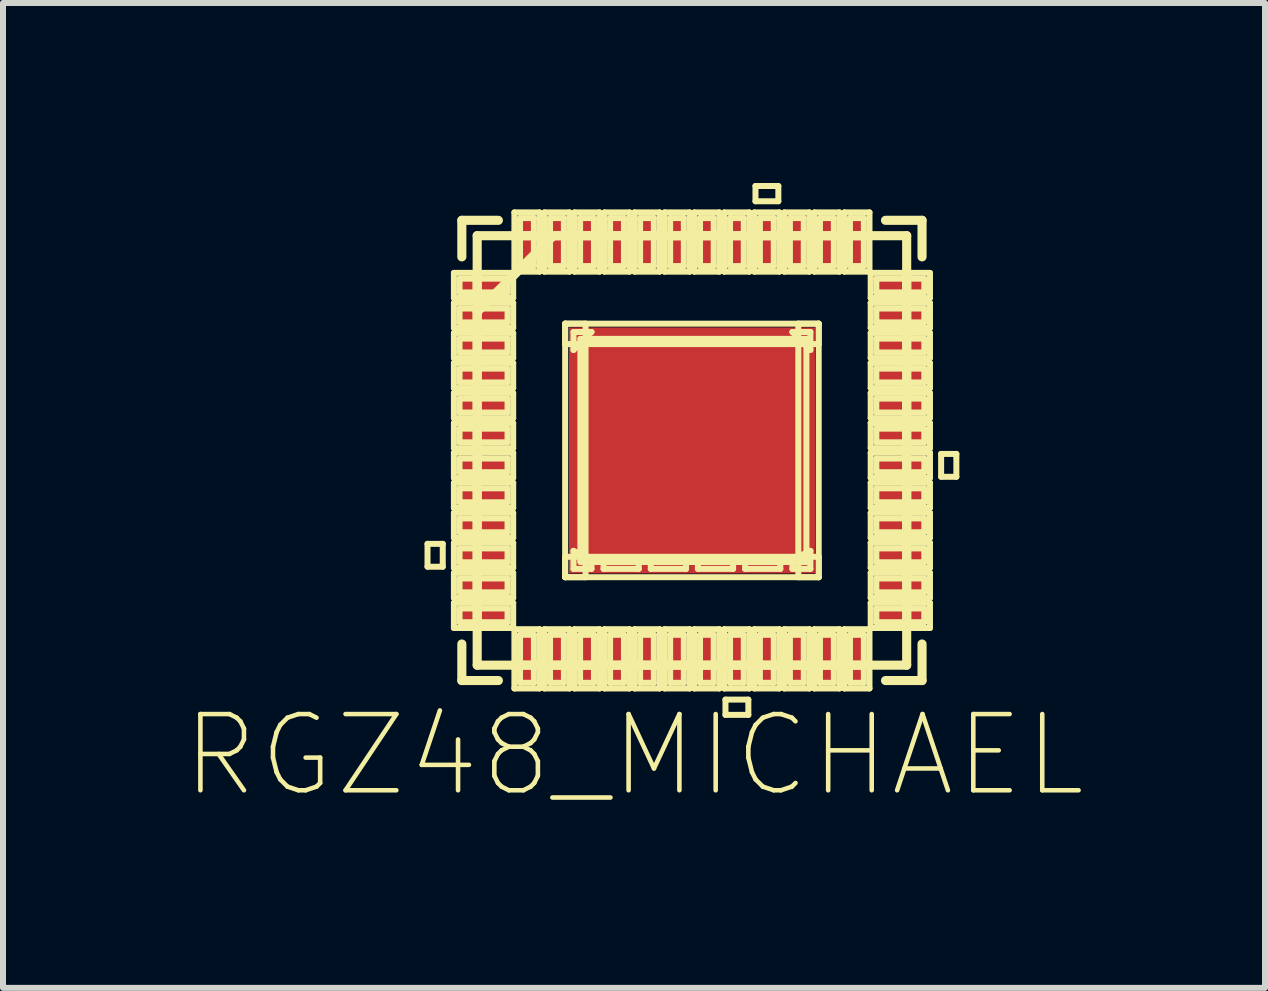
<source format=kicad_pcb>
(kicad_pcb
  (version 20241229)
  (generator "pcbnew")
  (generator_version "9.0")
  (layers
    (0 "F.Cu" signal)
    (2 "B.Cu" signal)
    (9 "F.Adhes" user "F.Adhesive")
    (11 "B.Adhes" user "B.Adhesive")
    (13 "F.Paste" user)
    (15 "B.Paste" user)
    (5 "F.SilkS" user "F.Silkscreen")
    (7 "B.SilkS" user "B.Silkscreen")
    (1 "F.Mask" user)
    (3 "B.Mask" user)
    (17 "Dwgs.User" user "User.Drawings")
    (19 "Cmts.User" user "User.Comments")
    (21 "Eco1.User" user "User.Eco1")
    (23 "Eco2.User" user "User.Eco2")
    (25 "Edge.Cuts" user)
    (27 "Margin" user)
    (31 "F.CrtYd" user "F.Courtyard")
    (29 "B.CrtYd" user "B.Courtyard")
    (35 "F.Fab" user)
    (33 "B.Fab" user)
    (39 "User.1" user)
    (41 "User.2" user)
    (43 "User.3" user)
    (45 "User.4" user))
  (footprint "RGZ48_MICHAEL"
    (layer "F.Cu")
    (at 8.482 4.457)
    (property "Reference" "RGZ48_MICHAEL" (at -0.965 5.08 0) (layer "F.SilkS") (effects (font (size 1.27 1.27) (thickness 0.076))))
    (attr smd)
    (fp_line (start -4.407 1.557) (end -4.407 1.938) (stroke (width 0.1) (type solid)) (layer "F.SilkS"))
    (fp_line (start -4.407 1.938) (end -4.153 1.938) (stroke (width 0.1) (type solid)) (layer "F.SilkS"))
    (fp_line (start -4.153 1.557) (end -4.407 1.557) (stroke (width 0.1) (type solid)) (layer "F.SilkS"))
    (fp_line (start -4.153 1.938) (end -4.153 1.557) (stroke (width 0.1) (type solid)) (layer "F.SilkS"))
    (fp_line (start -3.967 -2.959) (end -3.967 -2.54) (stroke (width 0.1) (type solid)) (layer "F.SilkS"))
    (fp_line (start -3.967 -2.54) (end -2.979 -2.54) (stroke (width 0.1) (type solid)) (layer "F.SilkS"))
    (fp_line (start -3.967 -2.459) (end -3.967 -2.04) (stroke (width 0.1) (type solid)) (layer "F.SilkS"))
    (fp_line (start -3.967 -2.04) (end -2.979 -2.04) (stroke (width 0.1) (type solid)) (layer "F.SilkS"))
    (fp_line (start -3.967 -1.958) (end -3.967 -1.539) (stroke (width 0.1) (type solid)) (layer "F.SilkS"))
    (fp_line (start -3.967 -1.539) (end -2.979 -1.539) (stroke (width 0.1) (type solid)) (layer "F.SilkS"))
    (fp_line (start -3.967 -1.458) (end -3.967 -1.039) (stroke (width 0.1) (type solid)) (layer "F.SilkS"))
    (fp_line (start -3.967 -1.039) (end -2.979 -1.039) (stroke (width 0.1) (type solid)) (layer "F.SilkS"))
    (fp_line (start -3.967 -0.958) (end -3.967 -0.538) (stroke (width 0.1) (type solid)) (layer "F.SilkS"))
    (fp_line (start -3.967 -0.538) (end -2.979 -0.538) (stroke (width 0.1) (type solid)) (layer "F.SilkS"))
    (fp_line (start -3.967 -0.457) (end -3.967 -0.038) (stroke (width 0.1) (type solid)) (layer "F.SilkS"))
    (fp_line (start -3.967 -0.038) (end -2.979 -0.038) (stroke (width 0.1) (type solid)) (layer "F.SilkS"))
    (fp_line (start -3.967 0.038) (end -3.967 0.457) (stroke (width 0.1) (type solid)) (layer "F.SilkS"))
    (fp_line (start -3.967 0.457) (end -2.979 0.457) (stroke (width 0.1) (type solid)) (layer "F.SilkS"))
    (fp_line (start -3.967 0.538) (end -3.967 0.958) (stroke (width 0.1) (type solid)) (layer "F.SilkS"))
    (fp_line (start -3.967 0.958) (end -2.979 0.958) (stroke (width 0.1) (type solid)) (layer "F.SilkS"))
    (fp_line (start -3.967 1.039) (end -3.967 1.458) (stroke (width 0.1) (type solid)) (layer "F.SilkS"))
    (fp_line (start -3.967 1.458) (end -2.979 1.458) (stroke (width 0.1) (type solid)) (layer "F.SilkS"))
    (fp_line (start -3.967 1.539) (end -3.967 1.958) (stroke (width 0.1) (type solid)) (layer "F.SilkS"))
    (fp_line (start -3.967 1.958) (end -2.979 1.958) (stroke (width 0.1) (type solid)) (layer "F.SilkS"))
    (fp_line (start -3.967 2.04) (end -3.967 2.459) (stroke (width 0.1) (type solid)) (layer "F.SilkS"))
    (fp_line (start -3.967 2.459) (end -2.979 2.459) (stroke (width 0.1) (type solid)) (layer "F.SilkS"))
    (fp_line (start -3.967 2.54) (end -3.967 2.959) (stroke (width 0.1) (type solid)) (layer "F.SilkS"))
    (fp_line (start -3.967 2.959) (end -2.979 2.959) (stroke (width 0.1) (type solid)) (layer "F.SilkS"))
    (fp_line (start -3.873 -2.863) (end -3.873 -2.634) (stroke (width 0.1) (type solid)) (layer "F.SilkS"))
    (fp_line (start -3.873 -2.634) (end -3.073 -2.634) (stroke (width 0.1) (type solid)) (layer "F.SilkS"))
    (fp_line (start -3.873 -2.365) (end -3.873 -2.134) (stroke (width 0.1) (type solid)) (layer "F.SilkS"))
    (fp_line (start -3.873 -2.134) (end -3.073 -2.134) (stroke (width 0.1) (type solid)) (layer "F.SilkS"))
    (fp_line (start -3.873 -1.864) (end -3.873 -1.633) (stroke (width 0.1) (type solid)) (layer "F.SilkS"))
    (fp_line (start -3.873 -1.633) (end -3.073 -1.633) (stroke (width 0.1) (type solid)) (layer "F.SilkS"))
    (fp_line (start -3.873 -1.364) (end -3.873 -1.133) (stroke (width 0.1) (type solid)) (layer "F.SilkS"))
    (fp_line (start -3.873 -1.133) (end -3.073 -1.133) (stroke (width 0.1) (type solid)) (layer "F.SilkS"))
    (fp_line (start -3.873 -0.864) (end -3.873 -0.632) (stroke (width 0.1) (type solid)) (layer "F.SilkS"))
    (fp_line (start -3.873 -0.632) (end -3.073 -0.632) (stroke (width 0.1) (type solid)) (layer "F.SilkS"))
    (fp_line (start -3.873 -0.363) (end -3.873 -0.135) (stroke (width 0.1) (type solid)) (layer "F.SilkS"))
    (fp_line (start -3.873 -0.135) (end -3.073 -0.135) (stroke (width 0.1) (type solid)) (layer "F.SilkS"))
    (fp_line (start -3.873 0.135) (end -3.873 0.363) (stroke (width 0.1) (type solid)) (layer "F.SilkS"))
    (fp_line (start -3.873 0.363) (end -3.073 0.363) (stroke (width 0.1) (type solid)) (layer "F.SilkS"))
    (fp_line (start -3.873 0.632) (end -3.873 0.864) (stroke (width 0.1) (type solid)) (layer "F.SilkS"))
    (fp_line (start -3.873 0.864) (end -3.073 0.864) (stroke (width 0.1) (type solid)) (layer "F.SilkS"))
    (fp_line (start -3.873 1.133) (end -3.873 1.364) (stroke (width 0.1) (type solid)) (layer "F.SilkS"))
    (fp_line (start -3.873 1.364) (end -3.073 1.364) (stroke (width 0.1) (type solid)) (layer "F.SilkS"))
    (fp_line (start -3.873 1.633) (end -3.873 1.864) (stroke (width 0.1) (type solid)) (layer "F.SilkS"))
    (fp_line (start -3.873 1.864) (end -3.073 1.864) (stroke (width 0.1) (type solid)) (layer "F.SilkS"))
    (fp_line (start -3.873 2.134) (end -3.873 2.365) (stroke (width 0.1) (type solid)) (layer "F.SilkS"))
    (fp_line (start -3.873 2.365) (end -3.073 2.365) (stroke (width 0.1) (type solid)) (layer "F.SilkS"))
    (fp_line (start -3.873 2.634) (end -3.873 2.863) (stroke (width 0.1) (type solid)) (layer "F.SilkS"))
    (fp_line (start -3.873 2.863) (end -3.073 2.863) (stroke (width 0.1) (type solid)) (layer "F.SilkS"))
    (fp_line (start -3.835 -3.835) (end -3.835 -3.226) (stroke (width 0.152) (type solid)) (layer "F.SilkS"))
    (fp_line (start -3.835 3.226) (end -3.835 3.835) (stroke (width 0.152) (type solid)) (layer "F.SilkS"))
    (fp_line (start -3.835 3.835) (end -3.226 3.835) (stroke (width 0.152) (type solid)) (layer "F.SilkS"))
    (fp_line (start -3.579 -3.579) (end -3.579 3.579) (stroke (width 0.152) (type solid)) (layer "F.SilkS"))
    (fp_line (start -3.579 -2.896) (end -3.579 -2.588) (stroke (width 0.152) (type solid)) (layer "F.SilkS"))
    (fp_line (start -3.579 -2.388) (end -3.579 -2.108) (stroke (width 0.152) (type solid)) (layer "F.SilkS"))
    (fp_line (start -3.579 -2.311) (end -2.311 -3.579) (stroke (width 0.152) (type solid)) (layer "F.SilkS"))
    (fp_line (start -3.579 -1.905) (end -3.579 -1.6) (stroke (width 0.152) (type solid)) (layer "F.SilkS"))
    (fp_line (start -3.579 -1.397) (end -3.579 -1.09) (stroke (width 0.152) (type solid)) (layer "F.SilkS"))
    (fp_line (start -3.579 -0.889) (end -3.579 -0.61) (stroke (width 0.152) (type solid)) (layer "F.SilkS"))
    (fp_line (start -3.579 -0.406) (end -3.579 -0.102) (stroke (width 0.152) (type solid)) (layer "F.SilkS"))
    (fp_line (start -3.579 0.102) (end -3.579 0.406) (stroke (width 0.152) (type solid)) (layer "F.SilkS"))
    (fp_line (start -3.579 0.61) (end -3.579 0.889) (stroke (width 0.152) (type solid)) (layer "F.SilkS"))
    (fp_line (start -3.579 1.09) (end -3.579 1.397) (stroke (width 0.152) (type solid)) (layer "F.SilkS"))
    (fp_line (start -3.579 1.6) (end -3.579 1.905) (stroke (width 0.152) (type solid)) (layer "F.SilkS"))
    (fp_line (start -3.579 2.108) (end -3.579 2.388) (stroke (width 0.152) (type solid)) (layer "F.SilkS"))
    (fp_line (start -3.579 2.588) (end -3.579 2.896) (stroke (width 0.152) (type solid)) (layer "F.SilkS"))
    (fp_line (start -3.579 3.579) (end 3.579 3.579) (stroke (width 0.152) (type solid)) (layer "F.SilkS"))
    (fp_line (start -3.226 -3.835) (end -3.835 -3.835) (stroke (width 0.152) (type solid)) (layer "F.SilkS"))
    (fp_line (start -3.073 -2.863) (end -3.873 -2.863) (stroke (width 0.1) (type solid)) (layer "F.SilkS"))
    (fp_line (start -3.073 -2.634) (end -3.073 -2.863) (stroke (width 0.1) (type solid)) (layer "F.SilkS"))
    (fp_line (start -3.073 -2.365) (end -3.873 -2.365) (stroke (width 0.1) (type solid)) (layer "F.SilkS"))
    (fp_line (start -3.073 -2.134) (end -3.073 -2.365) (stroke (width 0.1) (type solid)) (layer "F.SilkS"))
    (fp_line (start -3.073 -1.864) (end -3.873 -1.864) (stroke (width 0.1) (type solid)) (layer "F.SilkS"))
    (fp_line (start -3.073 -1.633) (end -3.073 -1.864) (stroke (width 0.1) (type solid)) (layer "F.SilkS"))
    (fp_line (start -3.073 -1.364) (end -3.873 -1.364) (stroke (width 0.1) (type solid)) (layer "F.SilkS"))
    (fp_line (start -3.073 -1.133) (end -3.073 -1.364) (stroke (width 0.1) (type solid)) (layer "F.SilkS"))
    (fp_line (start -3.073 -0.864) (end -3.873 -0.864) (stroke (width 0.1) (type solid)) (layer "F.SilkS"))
    (fp_line (start -3.073 -0.632) (end -3.073 -0.864) (stroke (width 0.1) (type solid)) (layer "F.SilkS"))
    (fp_line (start -3.073 -0.363) (end -3.873 -0.363) (stroke (width 0.1) (type solid)) (layer "F.SilkS"))
    (fp_line (start -3.073 -0.135) (end -3.073 -0.363) (stroke (width 0.1) (type solid)) (layer "F.SilkS"))
    (fp_line (start -3.073 0.135) (end -3.873 0.135) (stroke (width 0.1) (type solid)) (layer "F.SilkS"))
    (fp_line (start -3.073 0.363) (end -3.073 0.135) (stroke (width 0.1) (type solid)) (layer "F.SilkS"))
    (fp_line (start -3.073 0.632) (end -3.873 0.632) (stroke (width 0.1) (type solid)) (layer "F.SilkS"))
    (fp_line (start -3.073 0.864) (end -3.073 0.632) (stroke (width 0.1) (type solid)) (layer "F.SilkS"))
    (fp_line (start -3.073 1.133) (end -3.873 1.133) (stroke (width 0.1) (type solid)) (layer "F.SilkS"))
    (fp_line (start -3.073 1.364) (end -3.073 1.133) (stroke (width 0.1) (type solid)) (layer "F.SilkS"))
    (fp_line (start -3.073 1.633) (end -3.873 1.633) (stroke (width 0.1) (type solid)) (layer "F.SilkS"))
    (fp_line (start -3.073 1.864) (end -3.073 1.633) (stroke (width 0.1) (type solid)) (layer "F.SilkS"))
    (fp_line (start -3.073 2.134) (end -3.873 2.134) (stroke (width 0.1) (type solid)) (layer "F.SilkS"))
    (fp_line (start -3.073 2.365) (end -3.073 2.134) (stroke (width 0.1) (type solid)) (layer "F.SilkS"))
    (fp_line (start -3.073 2.634) (end -3.873 2.634) (stroke (width 0.1) (type solid)) (layer "F.SilkS"))
    (fp_line (start -3.073 2.863) (end -3.073 2.634) (stroke (width 0.1) (type solid)) (layer "F.SilkS"))
    (fp_line (start -2.979 -2.959) (end -3.967 -2.959) (stroke (width 0.1) (type solid)) (layer "F.SilkS"))
    (fp_line (start -2.979 -2.54) (end -2.979 -2.959) (stroke (width 0.1) (type solid)) (layer "F.SilkS"))
    (fp_line (start -2.979 -2.459) (end -3.967 -2.459) (stroke (width 0.1) (type solid)) (layer "F.SilkS"))
    (fp_line (start -2.979 -2.04) (end -2.979 -2.459) (stroke (width 0.1) (type solid)) (layer "F.SilkS"))
    (fp_line (start -2.979 -1.958) (end -3.967 -1.958) (stroke (width 0.1) (type solid)) (layer "F.SilkS"))
    (fp_line (start -2.979 -1.539) (end -2.979 -1.958) (stroke (width 0.1) (type solid)) (layer "F.SilkS"))
    (fp_line (start -2.979 -1.458) (end -3.967 -1.458) (stroke (width 0.1) (type solid)) (layer "F.SilkS"))
    (fp_line (start -2.979 -1.039) (end -2.979 -1.458) (stroke (width 0.1) (type solid)) (layer "F.SilkS"))
    (fp_line (start -2.979 -0.958) (end -3.967 -0.958) (stroke (width 0.1) (type solid)) (layer "F.SilkS"))
    (fp_line (start -2.979 -0.538) (end -2.979 -0.958) (stroke (width 0.1) (type solid)) (layer "F.SilkS"))
    (fp_line (start -2.979 -0.457) (end -3.967 -0.457) (stroke (width 0.1) (type solid)) (layer "F.SilkS"))
    (fp_line (start -2.979 -0.038) (end -2.979 -0.457) (stroke (width 0.1) (type solid)) (layer "F.SilkS"))
    (fp_line (start -2.979 0.038) (end -3.967 0.038) (stroke (width 0.1) (type solid)) (layer "F.SilkS"))
    (fp_line (start -2.979 0.457) (end -2.979 0.038) (stroke (width 0.1) (type solid)) (layer "F.SilkS"))
    (fp_line (start -2.979 0.538) (end -3.967 0.538) (stroke (width 0.1) (type solid)) (layer "F.SilkS"))
    (fp_line (start -2.979 0.958) (end -2.979 0.538) (stroke (width 0.1) (type solid)) (layer "F.SilkS"))
    (fp_line (start -2.979 1.039) (end -3.967 1.039) (stroke (width 0.1) (type solid)) (layer "F.SilkS"))
    (fp_line (start -2.979 1.458) (end -2.979 1.039) (stroke (width 0.1) (type solid)) (layer "F.SilkS"))
    (fp_line (start -2.979 1.539) (end -3.967 1.539) (stroke (width 0.1) (type solid)) (layer "F.SilkS"))
    (fp_line (start -2.979 1.958) (end -2.979 1.539) (stroke (width 0.1) (type solid)) (layer "F.SilkS"))
    (fp_line (start -2.979 2.04) (end -3.967 2.04) (stroke (width 0.1) (type solid)) (layer "F.SilkS"))
    (fp_line (start -2.979 2.459) (end -2.979 2.04) (stroke (width 0.1) (type solid)) (layer "F.SilkS"))
    (fp_line (start -2.979 2.54) (end -3.967 2.54) (stroke (width 0.1) (type solid)) (layer "F.SilkS"))
    (fp_line (start -2.979 2.959) (end -2.979 2.54) (stroke (width 0.1) (type solid)) (layer "F.SilkS"))
    (fp_line (start -2.959 -3.967) (end -2.959 -2.979) (stroke (width 0.1) (type solid)) (layer "F.SilkS"))
    (fp_line (start -2.959 -2.979) (end -2.54 -2.979) (stroke (width 0.1) (type solid)) (layer "F.SilkS"))
    (fp_line (start -2.959 2.979) (end -2.959 3.967) (stroke (width 0.1) (type solid)) (layer "F.SilkS"))
    (fp_line (start -2.959 3.967) (end -2.54 3.967) (stroke (width 0.1) (type solid)) (layer "F.SilkS"))
    (fp_line (start -2.896 3.579) (end -2.588 3.579) (stroke (width 0.152) (type solid)) (layer "F.SilkS"))
    (fp_line (start -2.865 -3.873) (end -2.865 -3.073) (stroke (width 0.1) (type solid)) (layer "F.SilkS"))
    (fp_line (start -2.865 -3.073) (end -2.634 -3.073) (stroke (width 0.1) (type solid)) (layer "F.SilkS"))
    (fp_line (start -2.865 3.073) (end -2.865 3.873) (stroke (width 0.1) (type solid)) (layer "F.SilkS"))
    (fp_line (start -2.865 3.873) (end -2.634 3.873) (stroke (width 0.1) (type solid)) (layer "F.SilkS"))
    (fp_line (start -2.634 -3.873) (end -2.865 -3.873) (stroke (width 0.1) (type solid)) (layer "F.SilkS"))
    (fp_line (start -2.634 -3.073) (end -2.634 -3.873) (stroke (width 0.1) (type solid)) (layer "F.SilkS"))
    (fp_line (start -2.634 3.073) (end -2.865 3.073) (stroke (width 0.1) (type solid)) (layer "F.SilkS"))
    (fp_line (start -2.634 3.873) (end -2.634 3.073) (stroke (width 0.1) (type solid)) (layer "F.SilkS"))
    (fp_line (start -2.588 -3.579) (end -2.896 -3.579) (stroke (width 0.152) (type solid)) (layer "F.SilkS"))
    (fp_line (start -2.54 -3.967) (end -2.959 -3.967) (stroke (width 0.1) (type solid)) (layer "F.SilkS"))
    (fp_line (start -2.54 -2.979) (end -2.54 -3.967) (stroke (width 0.1) (type solid)) (layer "F.SilkS"))
    (fp_line (start -2.54 2.979) (end -2.959 2.979) (stroke (width 0.1) (type solid)) (layer "F.SilkS"))
    (fp_line (start -2.54 3.967) (end -2.54 2.979) (stroke (width 0.1) (type solid)) (layer "F.SilkS"))
    (fp_line (start -2.459 -3.967) (end -2.459 -2.979) (stroke (width 0.1) (type solid)) (layer "F.SilkS"))
    (fp_line (start -2.459 -2.979) (end -2.04 -2.979) (stroke (width 0.1) (type solid)) (layer "F.SilkS"))
    (fp_line (start -2.459 2.979) (end -2.459 3.967) (stroke (width 0.1) (type solid)) (layer "F.SilkS"))
    (fp_line (start -2.459 3.967) (end -2.04 3.967) (stroke (width 0.1) (type solid)) (layer "F.SilkS"))
    (fp_line (start -2.388 3.579) (end -2.108 3.579) (stroke (width 0.152) (type solid)) (layer "F.SilkS"))
    (fp_line (start -2.365 -3.873) (end -2.365 -3.073) (stroke (width 0.1) (type solid)) (layer "F.SilkS"))
    (fp_line (start -2.365 -3.073) (end -2.134 -3.073) (stroke (width 0.1) (type solid)) (layer "F.SilkS"))
    (fp_line (start -2.365 3.073) (end -2.365 3.873) (stroke (width 0.1) (type solid)) (layer "F.SilkS"))
    (fp_line (start -2.365 3.873) (end -2.134 3.873) (stroke (width 0.1) (type solid)) (layer "F.SilkS"))
    (fp_line (start -2.134 -3.873) (end -2.365 -3.873) (stroke (width 0.1) (type solid)) (layer "F.SilkS"))
    (fp_line (start -2.134 -3.073) (end -2.134 -3.873) (stroke (width 0.1) (type solid)) (layer "F.SilkS"))
    (fp_line (start -2.134 3.073) (end -2.365 3.073) (stroke (width 0.1) (type solid)) (layer "F.SilkS"))
    (fp_line (start -2.134 3.873) (end -2.134 3.073) (stroke (width 0.1) (type solid)) (layer "F.SilkS"))
    (fp_line (start -2.113 -2.113) (end -1.773 -2.113) (stroke (width 0.1) (type solid)) (layer "F.SilkS"))
    (fp_line (start -2.113 -2.113) (end 2.113 -2.113) (stroke (width 0.1) (type solid)) (layer "F.SilkS"))
    (fp_line (start -2.113 -1.773) (end -2.113 -2.113) (stroke (width 0.1) (type solid)) (layer "F.SilkS"))
    (fp_line (start -2.113 1.773) (end 2.113 1.773) (stroke (width 0.1) (type solid)) (layer "F.SilkS"))
    (fp_line (start -2.113 2.113) (end -2.113 -2.113) (stroke (width 0.1) (type solid)) (layer "F.SilkS"))
    (fp_line (start -2.113 2.113) (end -2.113 1.773) (stroke (width 0.1) (type solid)) (layer "F.SilkS"))
    (fp_line (start -2.108 -3.579) (end -2.388 -3.579) (stroke (width 0.152) (type solid)) (layer "F.SilkS"))
    (fp_line (start -2.04 -3.967) (end -2.459 -3.967) (stroke (width 0.1) (type solid)) (layer "F.SilkS"))
    (fp_line (start -2.04 -2.979) (end -2.04 -3.967) (stroke (width 0.1) (type solid)) (layer "F.SilkS"))
    (fp_line (start -2.04 2.979) (end -2.459 2.979) (stroke (width 0.1) (type solid)) (layer "F.SilkS"))
    (fp_line (start -2.04 3.967) (end -2.04 2.979) (stroke (width 0.1) (type solid)) (layer "F.SilkS"))
    (fp_line (start -1.974 -1.974) (end -1.974 -1.674) (stroke (width 0.1) (type solid)) (layer "F.SilkS"))
    (fp_line (start -1.974 -1.674) (end -1.674 -1.974) (stroke (width 0.1) (type solid)) (layer "F.SilkS"))
    (fp_line (start -1.974 1.674) (end -1.974 1.974) (stroke (width 0.1) (type solid)) (layer "F.SilkS"))
    (fp_line (start -1.974 1.974) (end -1.674 1.974) (stroke (width 0.1) (type solid)) (layer "F.SilkS"))
    (fp_line (start -1.958 -3.967) (end -1.958 -2.979) (stroke (width 0.1) (type solid)) (layer "F.SilkS"))
    (fp_line (start -1.958 -2.979) (end -1.539 -2.979) (stroke (width 0.1) (type solid)) (layer "F.SilkS"))
    (fp_line (start -1.958 2.979) (end -1.958 3.967) (stroke (width 0.1) (type solid)) (layer "F.SilkS"))
    (fp_line (start -1.958 3.967) (end -1.539 3.967) (stroke (width 0.1) (type solid)) (layer "F.SilkS"))
    (fp_line (start -1.905 3.579) (end -1.6 3.579) (stroke (width 0.152) (type solid)) (layer "F.SilkS"))
    (fp_line (start -1.864 -3.873) (end -1.864 -3.073) (stroke (width 0.1) (type solid)) (layer "F.SilkS"))
    (fp_line (start -1.864 -3.073) (end -1.633 -3.073) (stroke (width 0.1) (type solid)) (layer "F.SilkS"))
    (fp_line (start -1.864 3.073) (end -1.864 3.873) (stroke (width 0.1) (type solid)) (layer "F.SilkS"))
    (fp_line (start -1.864 3.873) (end -1.633 3.873) (stroke (width 0.1) (type solid)) (layer "F.SilkS"))
    (fp_line (start -1.859 -1.859) (end 1.908 -1.859) (stroke (width 0.1) (type solid)) (layer "F.SilkS"))
    (fp_line (start -1.859 1.859) (end -1.859 -1.859) (stroke (width 0.1) (type solid)) (layer "F.SilkS"))
    (fp_line (start -1.773 -2.113) (end -1.773 2.113) (stroke (width 0.1) (type solid)) (layer "F.SilkS"))
    (fp_line (start -1.773 2.113) (end -2.113 2.113) (stroke (width 0.1) (type solid)) (layer "F.SilkS"))
    (fp_line (start -1.674 -1.974) (end -1.974 -1.974) (stroke (width 0.1) (type solid)) (layer "F.SilkS"))
    (fp_line (start -1.674 1.816) (end -1.974 1.674) (stroke (width 0.1) (type solid)) (layer "F.SilkS"))
    (fp_line (start -1.674 1.974) (end -1.674 1.816) (stroke (width 0.1) (type solid)) (layer "F.SilkS"))
    (fp_line (start -1.633 -3.873) (end -1.864 -3.873) (stroke (width 0.1) (type solid)) (layer "F.SilkS"))
    (fp_line (start -1.633 -3.073) (end -1.633 -3.873) (stroke (width 0.1) (type solid)) (layer "F.SilkS"))
    (fp_line (start -1.633 3.073) (end -1.864 3.073) (stroke (width 0.1) (type solid)) (layer "F.SilkS"))
    (fp_line (start -1.633 3.873) (end -1.633 3.073) (stroke (width 0.1) (type solid)) (layer "F.SilkS"))
    (fp_line (start -1.6 -3.579) (end -1.905 -3.579) (stroke (width 0.152) (type solid)) (layer "F.SilkS"))
    (fp_line (start -1.539 -3.967) (end -1.958 -3.967) (stroke (width 0.1) (type solid)) (layer "F.SilkS"))
    (fp_line (start -1.539 -2.979) (end -1.539 -3.967) (stroke (width 0.1) (type solid)) (layer "F.SilkS"))
    (fp_line (start -1.539 2.979) (end -1.958 2.979) (stroke (width 0.1) (type solid)) (layer "F.SilkS"))
    (fp_line (start -1.539 3.967) (end -1.539 2.979) (stroke (width 0.1) (type solid)) (layer "F.SilkS"))
    (fp_line (start -1.473 1.816) (end -1.473 1.974) (stroke (width 0.1) (type solid)) (layer "F.SilkS"))
    (fp_line (start -1.473 1.974) (end -0.886 1.974) (stroke (width 0.1) (type solid)) (layer "F.SilkS"))
    (fp_line (start -1.458 -3.967) (end -1.458 -2.979) (stroke (width 0.1) (type solid)) (layer "F.SilkS"))
    (fp_line (start -1.458 -2.979) (end -1.039 -2.979) (stroke (width 0.1) (type solid)) (layer "F.SilkS"))
    (fp_line (start -1.458 2.979) (end -1.458 3.967) (stroke (width 0.1) (type solid)) (layer "F.SilkS"))
    (fp_line (start -1.458 3.967) (end -1.039 3.967) (stroke (width 0.1) (type solid)) (layer "F.SilkS"))
    (fp_line (start -1.397 3.579) (end -1.09 3.579) (stroke (width 0.152) (type solid)) (layer "F.SilkS"))
    (fp_line (start -1.364 -3.873) (end -1.364 -3.073) (stroke (width 0.1) (type solid)) (layer "F.SilkS"))
    (fp_line (start -1.364 -3.073) (end -1.133 -3.073) (stroke (width 0.1) (type solid)) (layer "F.SilkS"))
    (fp_line (start -1.364 3.073) (end -1.364 3.873) (stroke (width 0.1) (type solid)) (layer "F.SilkS"))
    (fp_line (start -1.364 3.873) (end -1.133 3.873) (stroke (width 0.1) (type solid)) (layer "F.SilkS"))
    (fp_line (start -1.133 -3.873) (end -1.364 -3.873) (stroke (width 0.1) (type solid)) (layer "F.SilkS"))
    (fp_line (start -1.133 -3.073) (end -1.133 -3.873) (stroke (width 0.1) (type solid)) (layer "F.SilkS"))
    (fp_line (start -1.133 3.073) (end -1.364 3.073) (stroke (width 0.1) (type solid)) (layer "F.SilkS"))
    (fp_line (start -1.133 3.873) (end -1.133 3.073) (stroke (width 0.1) (type solid)) (layer "F.SilkS"))
    (fp_line (start -1.09 -3.579) (end -1.397 -3.579) (stroke (width 0.152) (type solid)) (layer "F.SilkS"))
    (fp_line (start -1.039 -3.967) (end -1.458 -3.967) (stroke (width 0.1) (type solid)) (layer "F.SilkS"))
    (fp_line (start -1.039 -2.979) (end -1.039 -3.967) (stroke (width 0.1) (type solid)) (layer "F.SilkS"))
    (fp_line (start -1.039 2.979) (end -1.458 2.979) (stroke (width 0.1) (type solid)) (layer "F.SilkS"))
    (fp_line (start -1.039 3.967) (end -1.039 2.979) (stroke (width 0.1) (type solid)) (layer "F.SilkS"))
    (fp_line (start -0.958 -3.967) (end -0.958 -2.979) (stroke (width 0.1) (type solid)) (layer "F.SilkS"))
    (fp_line (start -0.958 -2.979) (end -0.538 -2.979) (stroke (width 0.1) (type solid)) (layer "F.SilkS"))
    (fp_line (start -0.958 2.979) (end -0.958 3.967) (stroke (width 0.1) (type solid)) (layer "F.SilkS"))
    (fp_line (start -0.958 3.967) (end -0.538 3.967) (stroke (width 0.1) (type solid)) (layer "F.SilkS"))
    (fp_line (start -0.889 3.579) (end -0.61 3.579) (stroke (width 0.152) (type solid)) (layer "F.SilkS"))
    (fp_line (start -0.886 1.816) (end -1.473 1.816) (stroke (width 0.1) (type solid)) (layer "F.SilkS"))
    (fp_line (start -0.886 1.974) (end -0.886 1.816) (stroke (width 0.1) (type solid)) (layer "F.SilkS"))
    (fp_line (start -0.864 -3.873) (end -0.864 -3.073) (stroke (width 0.1) (type solid)) (layer "F.SilkS"))
    (fp_line (start -0.864 -3.073) (end -0.635 -3.073) (stroke (width 0.1) (type solid)) (layer "F.SilkS"))
    (fp_line (start -0.864 3.073) (end -0.864 3.873) (stroke (width 0.1) (type solid)) (layer "F.SilkS"))
    (fp_line (start -0.864 3.873) (end -0.635 3.873) (stroke (width 0.1) (type solid)) (layer "F.SilkS"))
    (fp_line (start -0.686 1.816) (end -0.686 1.974) (stroke (width 0.1) (type solid)) (layer "F.SilkS"))
    (fp_line (start -0.686 1.974) (end -0.099 1.974) (stroke (width 0.1) (type solid)) (layer "F.SilkS"))
    (fp_line (start -0.635 -3.873) (end -0.864 -3.873) (stroke (width 0.1) (type solid)) (layer "F.SilkS"))
    (fp_line (start -0.635 -3.073) (end -0.635 -3.873) (stroke (width 0.1) (type solid)) (layer "F.SilkS"))
    (fp_line (start -0.635 3.073) (end -0.864 3.073) (stroke (width 0.1) (type solid)) (layer "F.SilkS"))
    (fp_line (start -0.635 3.873) (end -0.635 3.073) (stroke (width 0.1) (type solid)) (layer "F.SilkS"))
    (fp_line (start -0.61 -3.579) (end -0.889 -3.579) (stroke (width 0.152) (type solid)) (layer "F.SilkS"))
    (fp_line (start -0.538 -3.967) (end -0.958 -3.967) (stroke (width 0.1) (type solid)) (layer "F.SilkS"))
    (fp_line (start -0.538 -2.979) (end -0.538 -3.967) (stroke (width 0.1) (type solid)) (layer "F.SilkS"))
    (fp_line (start -0.538 2.979) (end -0.958 2.979) (stroke (width 0.1) (type solid)) (layer "F.SilkS"))
    (fp_line (start -0.538 3.967) (end -0.538 2.979) (stroke (width 0.1) (type solid)) (layer "F.SilkS"))
    (fp_line (start -0.457 -3.967) (end -0.457 -2.979) (stroke (width 0.1) (type solid)) (layer "F.SilkS"))
    (fp_line (start -0.457 -2.979) (end -0.038 -2.979) (stroke (width 0.1) (type solid)) (layer "F.SilkS"))
    (fp_line (start -0.457 2.979) (end -0.457 3.967) (stroke (width 0.1) (type solid)) (layer "F.SilkS"))
    (fp_line (start -0.457 3.967) (end -0.038 3.967) (stroke (width 0.1) (type solid)) (layer "F.SilkS"))
    (fp_line (start -0.406 3.579) (end -0.102 3.579) (stroke (width 0.152) (type solid)) (layer "F.SilkS"))
    (fp_line (start -0.363 -3.873) (end -0.363 -3.073) (stroke (width 0.1) (type solid)) (layer "F.SilkS"))
    (fp_line (start -0.363 -3.073) (end -0.135 -3.073) (stroke (width 0.1) (type solid)) (layer "F.SilkS"))
    (fp_line (start -0.363 3.073) (end -0.363 3.873) (stroke (width 0.1) (type solid)) (layer "F.SilkS"))
    (fp_line (start -0.363 3.873) (end -0.135 3.873) (stroke (width 0.1) (type solid)) (layer "F.SilkS"))
    (fp_line (start -0.135 -3.873) (end -0.363 -3.873) (stroke (width 0.1) (type solid)) (layer "F.SilkS"))
    (fp_line (start -0.135 -3.073) (end -0.135 -3.873) (stroke (width 0.1) (type solid)) (layer "F.SilkS"))
    (fp_line (start -0.135 3.073) (end -0.363 3.073) (stroke (width 0.1) (type solid)) (layer "F.SilkS"))
    (fp_line (start -0.135 3.873) (end -0.135 3.073) (stroke (width 0.1) (type solid)) (layer "F.SilkS"))
    (fp_line (start -0.102 -3.579) (end -0.406 -3.579) (stroke (width 0.152) (type solid)) (layer "F.SilkS"))
    (fp_line (start -0.099 1.816) (end -0.686 1.816) (stroke (width 0.1) (type solid)) (layer "F.SilkS"))
    (fp_line (start -0.099 1.974) (end -0.099 1.816) (stroke (width 0.1) (type solid)) (layer "F.SilkS"))
    (fp_line (start -0.038 -3.967) (end -0.457 -3.967) (stroke (width 0.1) (type solid)) (layer "F.SilkS"))
    (fp_line (start -0.038 -2.979) (end -0.038 -3.967) (stroke (width 0.1) (type solid)) (layer "F.SilkS"))
    (fp_line (start -0.038 2.979) (end -0.457 2.979) (stroke (width 0.1) (type solid)) (layer "F.SilkS"))
    (fp_line (start -0.038 3.967) (end -0.038 2.979) (stroke (width 0.1) (type solid)) (layer "F.SilkS"))
    (fp_line (start 0.038 -3.967) (end 0.038 -2.979) (stroke (width 0.1) (type solid)) (layer "F.SilkS"))
    (fp_line (start 0.038 -2.979) (end 0.457 -2.979) (stroke (width 0.1) (type solid)) (layer "F.SilkS"))
    (fp_line (start 0.038 2.979) (end 0.038 3.967) (stroke (width 0.1) (type solid)) (layer "F.SilkS"))
    (fp_line (start 0.038 3.967) (end 0.457 3.967) (stroke (width 0.1) (type solid)) (layer "F.SilkS"))
    (fp_line (start 0.099 1.816) (end 0.099 1.974) (stroke (width 0.1) (type solid)) (layer "F.SilkS"))
    (fp_line (start 0.099 1.974) (end 0.686 1.974) (stroke (width 0.1) (type solid)) (layer "F.SilkS"))
    (fp_line (start 0.102 3.579) (end 0.406 3.579) (stroke (width 0.152) (type solid)) (layer "F.SilkS"))
    (fp_line (start 0.135 -3.873) (end 0.135 -3.073) (stroke (width 0.1) (type solid)) (layer "F.SilkS"))
    (fp_line (start 0.135 -3.073) (end 0.363 -3.073) (stroke (width 0.1) (type solid)) (layer "F.SilkS"))
    (fp_line (start 0.135 3.073) (end 0.135 3.873) (stroke (width 0.1) (type solid)) (layer "F.SilkS"))
    (fp_line (start 0.135 3.873) (end 0.363 3.873) (stroke (width 0.1) (type solid)) (layer "F.SilkS"))
    (fp_line (start 0.363 -3.873) (end 0.135 -3.873) (stroke (width 0.1) (type solid)) (layer "F.SilkS"))
    (fp_line (start 0.363 -3.073) (end 0.363 -3.873) (stroke (width 0.1) (type solid)) (layer "F.SilkS"))
    (fp_line (start 0.363 3.073) (end 0.135 3.073) (stroke (width 0.1) (type solid)) (layer "F.SilkS"))
    (fp_line (start 0.363 3.873) (end 0.363 3.073) (stroke (width 0.1) (type solid)) (layer "F.SilkS"))
    (fp_line (start 0.406 -3.579) (end 0.102 -3.579) (stroke (width 0.152) (type solid)) (layer "F.SilkS"))
    (fp_line (start 0.457 -3.967) (end 0.038 -3.967) (stroke (width 0.1) (type solid)) (layer "F.SilkS"))
    (fp_line (start 0.457 -2.979) (end 0.457 -3.967) (stroke (width 0.1) (type solid)) (layer "F.SilkS"))
    (fp_line (start 0.457 2.979) (end 0.038 2.979) (stroke (width 0.1) (type solid)) (layer "F.SilkS"))
    (fp_line (start 0.457 3.967) (end 0.457 2.979) (stroke (width 0.1) (type solid)) (layer "F.SilkS"))
    (fp_line (start 0.538 -3.967) (end 0.538 -2.979) (stroke (width 0.1) (type solid)) (layer "F.SilkS"))
    (fp_line (start 0.538 -2.979) (end 0.958 -2.979) (stroke (width 0.1) (type solid)) (layer "F.SilkS"))
    (fp_line (start 0.538 2.979) (end 0.538 3.967) (stroke (width 0.1) (type solid)) (layer "F.SilkS"))
    (fp_line (start 0.538 3.967) (end 0.958 3.967) (stroke (width 0.1) (type solid)) (layer "F.SilkS"))
    (fp_line (start 0.559 4.153) (end 0.559 4.407) (stroke (width 0.1) (type solid)) (layer "F.SilkS"))
    (fp_line (start 0.559 4.407) (end 0.94 4.407) (stroke (width 0.1) (type solid)) (layer "F.SilkS"))
    (fp_line (start 0.61 3.579) (end 0.889 3.579) (stroke (width 0.152) (type solid)) (layer "F.SilkS"))
    (fp_line (start 0.635 -3.873) (end 0.635 -3.073) (stroke (width 0.1) (type solid)) (layer "F.SilkS"))
    (fp_line (start 0.635 -3.073) (end 0.864 -3.073) (stroke (width 0.1) (type solid)) (layer "F.SilkS"))
    (fp_line (start 0.635 3.073) (end 0.635 3.873) (stroke (width 0.1) (type solid)) (layer "F.SilkS"))
    (fp_line (start 0.635 3.873) (end 0.864 3.873) (stroke (width 0.1) (type solid)) (layer "F.SilkS"))
    (fp_line (start 0.686 1.816) (end 0.099 1.816) (stroke (width 0.1) (type solid)) (layer "F.SilkS"))
    (fp_line (start 0.686 1.974) (end 0.686 1.816) (stroke (width 0.1) (type solid)) (layer "F.SilkS"))
    (fp_line (start 0.864 -3.873) (end 0.635 -3.873) (stroke (width 0.1) (type solid)) (layer "F.SilkS"))
    (fp_line (start 0.864 -3.073) (end 0.864 -3.873) (stroke (width 0.1) (type solid)) (layer "F.SilkS"))
    (fp_line (start 0.864 3.073) (end 0.635 3.073) (stroke (width 0.1) (type solid)) (layer "F.SilkS"))
    (fp_line (start 0.864 3.873) (end 0.864 3.073) (stroke (width 0.1) (type solid)) (layer "F.SilkS"))
    (fp_line (start 0.886 1.816) (end 0.886 1.974) (stroke (width 0.1) (type solid)) (layer "F.SilkS"))
    (fp_line (start 0.886 1.974) (end 1.473 1.974) (stroke (width 0.1) (type solid)) (layer "F.SilkS"))
    (fp_line (start 0.889 -3.579) (end 0.61 -3.579) (stroke (width 0.152) (type solid)) (layer "F.SilkS"))
    (fp_line (start 0.94 4.153) (end 0.559 4.153) (stroke (width 0.1) (type solid)) (layer "F.SilkS"))
    (fp_line (start 0.94 4.407) (end 0.94 4.153) (stroke (width 0.1) (type solid)) (layer "F.SilkS"))
    (fp_line (start 0.958 -3.967) (end 0.538 -3.967) (stroke (width 0.1) (type solid)) (layer "F.SilkS"))
    (fp_line (start 0.958 -2.979) (end 0.958 -3.967) (stroke (width 0.1) (type solid)) (layer "F.SilkS"))
    (fp_line (start 0.958 2.979) (end 0.538 2.979) (stroke (width 0.1) (type solid)) (layer "F.SilkS"))
    (fp_line (start 0.958 3.967) (end 0.958 2.979) (stroke (width 0.1) (type solid)) (layer "F.SilkS"))
    (fp_line (start 1.039 -3.967) (end 1.039 -2.979) (stroke (width 0.1) (type solid)) (layer "F.SilkS"))
    (fp_line (start 1.039 -2.979) (end 1.458 -2.979) (stroke (width 0.1) (type solid)) (layer "F.SilkS"))
    (fp_line (start 1.039 2.979) (end 1.039 3.967) (stroke (width 0.1) (type solid)) (layer "F.SilkS"))
    (fp_line (start 1.039 3.967) (end 1.458 3.967) (stroke (width 0.1) (type solid)) (layer "F.SilkS"))
    (fp_line (start 1.059 -4.407) (end 1.44 -4.407) (stroke (width 0.1) (type solid)) (layer "F.SilkS"))
    (fp_line (start 1.059 -4.153) (end 1.059 -4.407) (stroke (width 0.1) (type solid)) (layer "F.SilkS"))
    (fp_line (start 1.09 3.579) (end 1.397 3.579) (stroke (width 0.152) (type solid)) (layer "F.SilkS"))
    (fp_line (start 1.133 -3.873) (end 1.133 -3.073) (stroke (width 0.1) (type solid)) (layer "F.SilkS"))
    (fp_line (start 1.133 -3.073) (end 1.364 -3.073) (stroke (width 0.1) (type solid)) (layer "F.SilkS"))
    (fp_line (start 1.133 3.073) (end 1.133 3.873) (stroke (width 0.1) (type solid)) (layer "F.SilkS"))
    (fp_line (start 1.133 3.873) (end 1.364 3.873) (stroke (width 0.1) (type solid)) (layer "F.SilkS"))
    (fp_line (start 1.364 -3.873) (end 1.133 -3.873) (stroke (width 0.1) (type solid)) (layer "F.SilkS"))
    (fp_line (start 1.364 -3.073) (end 1.364 -3.873) (stroke (width 0.1) (type solid)) (layer "F.SilkS"))
    (fp_line (start 1.364 3.073) (end 1.133 3.073) (stroke (width 0.1) (type solid)) (layer "F.SilkS"))
    (fp_line (start 1.364 3.873) (end 1.364 3.073) (stroke (width 0.1) (type solid)) (layer "F.SilkS"))
    (fp_line (start 1.397 -3.579) (end 1.09 -3.579) (stroke (width 0.152) (type solid)) (layer "F.SilkS"))
    (fp_line (start 1.44 -4.407) (end 1.44 -4.153) (stroke (width 0.1) (type solid)) (layer "F.SilkS"))
    (fp_line (start 1.44 -4.153) (end 1.059 -4.153) (stroke (width 0.1) (type solid)) (layer "F.SilkS"))
    (fp_line (start 1.458 -3.967) (end 1.039 -3.967) (stroke (width 0.1) (type solid)) (layer "F.SilkS"))
    (fp_line (start 1.458 -2.979) (end 1.458 -3.967) (stroke (width 0.1) (type solid)) (layer "F.SilkS"))
    (fp_line (start 1.458 2.979) (end 1.039 2.979) (stroke (width 0.1) (type solid)) (layer "F.SilkS"))
    (fp_line (start 1.458 3.967) (end 1.458 2.979) (stroke (width 0.1) (type solid)) (layer "F.SilkS"))
    (fp_line (start 1.473 1.816) (end 0.886 1.816) (stroke (width 0.1) (type solid)) (layer "F.SilkS"))
    (fp_line (start 1.473 1.974) (end 1.473 1.816) (stroke (width 0.1) (type solid)) (layer "F.SilkS"))
    (fp_line (start 1.539 -3.967) (end 1.539 -2.979) (stroke (width 0.1) (type solid)) (layer "F.SilkS"))
    (fp_line (start 1.539 -2.979) (end 1.958 -2.979) (stroke (width 0.1) (type solid)) (layer "F.SilkS"))
    (fp_line (start 1.539 2.979) (end 1.539 3.967) (stroke (width 0.1) (type solid)) (layer "F.SilkS"))
    (fp_line (start 1.539 3.967) (end 1.958 3.967) (stroke (width 0.1) (type solid)) (layer "F.SilkS"))
    (fp_line (start 1.6 3.579) (end 1.905 3.579) (stroke (width 0.152) (type solid)) (layer "F.SilkS"))
    (fp_line (start 1.633 -3.873) (end 1.633 -3.073) (stroke (width 0.1) (type solid)) (layer "F.SilkS"))
    (fp_line (start 1.633 -3.073) (end 1.864 -3.073) (stroke (width 0.1) (type solid)) (layer "F.SilkS"))
    (fp_line (start 1.633 3.073) (end 1.633 3.873) (stroke (width 0.1) (type solid)) (layer "F.SilkS"))
    (fp_line (start 1.633 3.873) (end 1.864 3.873) (stroke (width 0.1) (type solid)) (layer "F.SilkS"))
    (fp_line (start 1.674 -1.974) (end 1.974 -1.674) (stroke (width 0.1) (type solid)) (layer "F.SilkS"))
    (fp_line (start 1.674 1.816) (end 1.674 1.974) (stroke (width 0.1) (type solid)) (layer "F.SilkS"))
    (fp_line (start 1.674 1.974) (end 1.974 1.974) (stroke (width 0.1) (type solid)) (layer "F.SilkS"))
    (fp_line (start 1.773 -2.113) (end 2.113 -2.113) (stroke (width 0.1) (type solid)) (layer "F.SilkS"))
    (fp_line (start 1.773 2.113) (end 1.773 -2.113) (stroke (width 0.1) (type solid)) (layer "F.SilkS"))
    (fp_line (start 1.864 -3.873) (end 1.633 -3.873) (stroke (width 0.1) (type solid)) (layer "F.SilkS"))
    (fp_line (start 1.864 -3.073) (end 1.864 -3.873) (stroke (width 0.1) (type solid)) (layer "F.SilkS"))
    (fp_line (start 1.864 3.073) (end 1.633 3.073) (stroke (width 0.1) (type solid)) (layer "F.SilkS"))
    (fp_line (start 1.864 3.873) (end 1.864 3.073) (stroke (width 0.1) (type solid)) (layer "F.SilkS"))
    (fp_line (start 1.905 -3.579) (end 1.6 -3.579) (stroke (width 0.152) (type solid)) (layer "F.SilkS"))
    (fp_line (start 1.908 -1.859) (end 1.908 1.859) (stroke (width 0.1) (type solid)) (layer "F.SilkS"))
    (fp_line (start 1.908 1.859) (end -1.859 1.859) (stroke (width 0.1) (type solid)) (layer "F.SilkS"))
    (fp_line (start 1.958 -3.967) (end 1.539 -3.967) (stroke (width 0.1) (type solid)) (layer "F.SilkS"))
    (fp_line (start 1.958 -2.979) (end 1.958 -3.967) (stroke (width 0.1) (type solid)) (layer "F.SilkS"))
    (fp_line (start 1.958 2.979) (end 1.539 2.979) (stroke (width 0.1) (type solid)) (layer "F.SilkS"))
    (fp_line (start 1.958 3.967) (end 1.958 2.979) (stroke (width 0.1) (type solid)) (layer "F.SilkS"))
    (fp_line (start 1.974 -1.974) (end 1.674 -1.974) (stroke (width 0.1) (type solid)) (layer "F.SilkS"))
    (fp_line (start 1.974 -1.674) (end 1.974 -1.974) (stroke (width 0.1) (type solid)) (layer "F.SilkS"))
    (fp_line (start 1.974 1.674) (end 1.674 1.816) (stroke (width 0.1) (type solid)) (layer "F.SilkS"))
    (fp_line (start 1.974 1.974) (end 1.974 1.674) (stroke (width 0.1) (type solid)) (layer "F.SilkS"))
    (fp_line (start 2.04 -3.967) (end 2.04 -2.979) (stroke (width 0.1) (type solid)) (layer "F.SilkS"))
    (fp_line (start 2.04 -2.979) (end 2.459 -2.979) (stroke (width 0.1) (type solid)) (layer "F.SilkS"))
    (fp_line (start 2.04 2.979) (end 2.04 3.967) (stroke (width 0.1) (type solid)) (layer "F.SilkS"))
    (fp_line (start 2.04 3.967) (end 2.459 3.967) (stroke (width 0.1) (type solid)) (layer "F.SilkS"))
    (fp_line (start 2.108 3.579) (end 2.388 3.579) (stroke (width 0.152) (type solid)) (layer "F.SilkS"))
    (fp_line (start 2.113 -2.113) (end 2.113 -1.773) (stroke (width 0.1) (type solid)) (layer "F.SilkS"))
    (fp_line (start 2.113 -2.113) (end 2.113 2.113) (stroke (width 0.1) (type solid)) (layer "F.SilkS"))
    (fp_line (start 2.113 -1.773) (end -2.113 -1.773) (stroke (width 0.1) (type solid)) (layer "F.SilkS"))
    (fp_line (start 2.113 1.773) (end 2.113 2.113) (stroke (width 0.1) (type solid)) (layer "F.SilkS"))
    (fp_line (start 2.113 2.113) (end -2.113 2.113) (stroke (width 0.1) (type solid)) (layer "F.SilkS"))
    (fp_line (start 2.113 2.113) (end 1.773 2.113) (stroke (width 0.1) (type solid)) (layer "F.SilkS"))
    (fp_line (start 2.134 -3.873) (end 2.134 -3.073) (stroke (width 0.1) (type solid)) (layer "F.SilkS"))
    (fp_line (start 2.134 -3.073) (end 2.365 -3.073) (stroke (width 0.1) (type solid)) (layer "F.SilkS"))
    (fp_line (start 2.134 3.073) (end 2.134 3.873) (stroke (width 0.1) (type solid)) (layer "F.SilkS"))
    (fp_line (start 2.134 3.873) (end 2.365 3.873) (stroke (width 0.1) (type solid)) (layer "F.SilkS"))
    (fp_line (start 2.365 -3.873) (end 2.134 -3.873) (stroke (width 0.1) (type solid)) (layer "F.SilkS"))
    (fp_line (start 2.365 -3.073) (end 2.365 -3.873) (stroke (width 0.1) (type solid)) (layer "F.SilkS"))
    (fp_line (start 2.365 3.073) (end 2.134 3.073) (stroke (width 0.1) (type solid)) (layer "F.SilkS"))
    (fp_line (start 2.365 3.873) (end 2.365 3.073) (stroke (width 0.1) (type solid)) (layer "F.SilkS"))
    (fp_line (start 2.388 -3.579) (end 2.108 -3.579) (stroke (width 0.152) (type solid)) (layer "F.SilkS"))
    (fp_line (start 2.459 -3.967) (end 2.04 -3.967) (stroke (width 0.1) (type solid)) (layer "F.SilkS"))
    (fp_line (start 2.459 -2.979) (end 2.459 -3.967) (stroke (width 0.1) (type solid)) (layer "F.SilkS"))
    (fp_line (start 2.459 2.979) (end 2.04 2.979) (stroke (width 0.1) (type solid)) (layer "F.SilkS"))
    (fp_line (start 2.459 3.967) (end 2.459 2.979) (stroke (width 0.1) (type solid)) (layer "F.SilkS"))
    (fp_line (start 2.54 -3.967) (end 2.54 -2.979) (stroke (width 0.1) (type solid)) (layer "F.SilkS"))
    (fp_line (start 2.54 -2.979) (end 2.959 -2.979) (stroke (width 0.1) (type solid)) (layer "F.SilkS"))
    (fp_line (start 2.54 2.979) (end 2.54 3.967) (stroke (width 0.1) (type solid)) (layer "F.SilkS"))
    (fp_line (start 2.54 3.967) (end 2.959 3.967) (stroke (width 0.1) (type solid)) (layer "F.SilkS"))
    (fp_line (start 2.588 3.579) (end 2.896 3.579) (stroke (width 0.152) (type solid)) (layer "F.SilkS"))
    (fp_line (start 2.634 -3.873) (end 2.634 -3.073) (stroke (width 0.1) (type solid)) (layer "F.SilkS"))
    (fp_line (start 2.634 -3.073) (end 2.865 -3.073) (stroke (width 0.1) (type solid)) (layer "F.SilkS"))
    (fp_line (start 2.634 3.073) (end 2.634 3.873) (stroke (width 0.1) (type solid)) (layer "F.SilkS"))
    (fp_line (start 2.634 3.873) (end 2.865 3.873) (stroke (width 0.1) (type solid)) (layer "F.SilkS"))
    (fp_line (start 2.865 -3.873) (end 2.634 -3.873) (stroke (width 0.1) (type solid)) (layer "F.SilkS"))
    (fp_line (start 2.865 -3.073) (end 2.865 -3.873) (stroke (width 0.1) (type solid)) (layer "F.SilkS"))
    (fp_line (start 2.865 3.073) (end 2.634 3.073) (stroke (width 0.1) (type solid)) (layer "F.SilkS"))
    (fp_line (start 2.865 3.873) (end 2.865 3.073) (stroke (width 0.1) (type solid)) (layer "F.SilkS"))
    (fp_line (start 2.896 -3.579) (end 2.588 -3.579) (stroke (width 0.152) (type solid)) (layer "F.SilkS"))
    (fp_line (start 2.959 -3.967) (end 2.54 -3.967) (stroke (width 0.1) (type solid)) (layer "F.SilkS"))
    (fp_line (start 2.959 -2.979) (end 2.959 -3.967) (stroke (width 0.1) (type solid)) (layer "F.SilkS"))
    (fp_line (start 2.959 2.979) (end 2.54 2.979) (stroke (width 0.1) (type solid)) (layer "F.SilkS"))
    (fp_line (start 2.959 3.967) (end 2.959 2.979) (stroke (width 0.1) (type solid)) (layer "F.SilkS"))
    (fp_line (start 2.979 -2.959) (end 2.979 -2.54) (stroke (width 0.1) (type solid)) (layer "F.SilkS"))
    (fp_line (start 2.979 -2.54) (end 3.967 -2.54) (stroke (width 0.1) (type solid)) (layer "F.SilkS"))
    (fp_line (start 2.979 -2.459) (end 2.979 -2.04) (stroke (width 0.1) (type solid)) (layer "F.SilkS"))
    (fp_line (start 2.979 -2.04) (end 3.967 -2.04) (stroke (width 0.1) (type solid)) (layer "F.SilkS"))
    (fp_line (start 2.979 -1.958) (end 2.979 -1.539) (stroke (width 0.1) (type solid)) (layer "F.SilkS"))
    (fp_line (start 2.979 -1.539) (end 3.967 -1.539) (stroke (width 0.1) (type solid)) (layer "F.SilkS"))
    (fp_line (start 2.979 -1.458) (end 2.979 -1.039) (stroke (width 0.1) (type solid)) (layer "F.SilkS"))
    (fp_line (start 2.979 -1.039) (end 3.967 -1.039) (stroke (width 0.1) (type solid)) (layer "F.SilkS"))
    (fp_line (start 2.979 -0.958) (end 2.979 -0.538) (stroke (width 0.1) (type solid)) (layer "F.SilkS"))
    (fp_line (start 2.979 -0.538) (end 3.967 -0.538) (stroke (width 0.1) (type solid)) (layer "F.SilkS"))
    (fp_line (start 2.979 -0.457) (end 2.979 -0.038) (stroke (width 0.1) (type solid)) (layer "F.SilkS"))
    (fp_line (start 2.979 -0.038) (end 3.967 -0.038) (stroke (width 0.1) (type solid)) (layer "F.SilkS"))
    (fp_line (start 2.979 0.038) (end 2.979 0.457) (stroke (width 0.1) (type solid)) (layer "F.SilkS"))
    (fp_line (start 2.979 0.457) (end 3.967 0.457) (stroke (width 0.1) (type solid)) (layer "F.SilkS"))
    (fp_line (start 2.979 0.538) (end 2.979 0.958) (stroke (width 0.1) (type solid)) (layer "F.SilkS"))
    (fp_line (start 2.979 0.958) (end 3.967 0.958) (stroke (width 0.1) (type solid)) (layer "F.SilkS"))
    (fp_line (start 2.979 1.039) (end 2.979 1.458) (stroke (width 0.1) (type solid)) (layer "F.SilkS"))
    (fp_line (start 2.979 1.458) (end 3.967 1.458) (stroke (width 0.1) (type solid)) (layer "F.SilkS"))
    (fp_line (start 2.979 1.539) (end 2.979 1.958) (stroke (width 0.1) (type solid)) (layer "F.SilkS"))
    (fp_line (start 2.979 1.958) (end 3.967 1.958) (stroke (width 0.1) (type solid)) (layer "F.SilkS"))
    (fp_line (start 2.979 2.04) (end 2.979 2.459) (stroke (width 0.1) (type solid)) (layer "F.SilkS"))
    (fp_line (start 2.979 2.459) (end 3.967 2.459) (stroke (width 0.1) (type solid)) (layer "F.SilkS"))
    (fp_line (start 2.979 2.54) (end 2.979 2.959) (stroke (width 0.1) (type solid)) (layer "F.SilkS"))
    (fp_line (start 2.979 2.959) (end 3.967 2.959) (stroke (width 0.1) (type solid)) (layer "F.SilkS"))
    (fp_line (start 3.073 -2.863) (end 3.073 -2.634) (stroke (width 0.1) (type solid)) (layer "F.SilkS"))
    (fp_line (start 3.073 -2.634) (end 3.873 -2.634) (stroke (width 0.1) (type solid)) (layer "F.SilkS"))
    (fp_line (start 3.073 -2.365) (end 3.073 -2.134) (stroke (width 0.1) (type solid)) (layer "F.SilkS"))
    (fp_line (start 3.073 -2.134) (end 3.873 -2.134) (stroke (width 0.1) (type solid)) (layer "F.SilkS"))
    (fp_line (start 3.073 -1.864) (end 3.073 -1.633) (stroke (width 0.1) (type solid)) (layer "F.SilkS"))
    (fp_line (start 3.073 -1.633) (end 3.873 -1.633) (stroke (width 0.1) (type solid)) (layer "F.SilkS"))
    (fp_line (start 3.073 -1.364) (end 3.073 -1.133) (stroke (width 0.1) (type solid)) (layer "F.SilkS"))
    (fp_line (start 3.073 -1.133) (end 3.873 -1.133) (stroke (width 0.1) (type solid)) (layer "F.SilkS"))
    (fp_line (start 3.073 -0.864) (end 3.073 -0.632) (stroke (width 0.1) (type solid)) (layer "F.SilkS"))
    (fp_line (start 3.073 -0.632) (end 3.873 -0.632) (stroke (width 0.1) (type solid)) (layer "F.SilkS"))
    (fp_line (start 3.073 -0.363) (end 3.073 -0.135) (stroke (width 0.1) (type solid)) (layer "F.SilkS"))
    (fp_line (start 3.073 -0.135) (end 3.873 -0.135) (stroke (width 0.1) (type solid)) (layer "F.SilkS"))
    (fp_line (start 3.073 0.135) (end 3.073 0.363) (stroke (width 0.1) (type solid)) (layer "F.SilkS"))
    (fp_line (start 3.073 0.363) (end 3.873 0.363) (stroke (width 0.1) (type solid)) (layer "F.SilkS"))
    (fp_line (start 3.073 0.632) (end 3.073 0.864) (stroke (width 0.1) (type solid)) (layer "F.SilkS"))
    (fp_line (start 3.073 0.864) (end 3.873 0.864) (stroke (width 0.1) (type solid)) (layer "F.SilkS"))
    (fp_line (start 3.073 1.133) (end 3.073 1.364) (stroke (width 0.1) (type solid)) (layer "F.SilkS"))
    (fp_line (start 3.073 1.364) (end 3.873 1.364) (stroke (width 0.1) (type solid)) (layer "F.SilkS"))
    (fp_line (start 3.073 1.633) (end 3.073 1.864) (stroke (width 0.1) (type solid)) (layer "F.SilkS"))
    (fp_line (start 3.073 1.864) (end 3.873 1.864) (stroke (width 0.1) (type solid)) (layer "F.SilkS"))
    (fp_line (start 3.073 2.134) (end 3.073 2.365) (stroke (width 0.1) (type solid)) (layer "F.SilkS"))
    (fp_line (start 3.073 2.365) (end 3.873 2.365) (stroke (width 0.1) (type solid)) (layer "F.SilkS"))
    (fp_line (start 3.073 2.634) (end 3.073 2.863) (stroke (width 0.1) (type solid)) (layer "F.SilkS"))
    (fp_line (start 3.073 2.863) (end 3.873 2.863) (stroke (width 0.1) (type solid)) (layer "F.SilkS"))
    (fp_line (start 3.226 3.835) (end 3.835 3.835) (stroke (width 0.152) (type solid)) (layer "F.SilkS"))
    (fp_line (start 3.579 -3.579) (end -3.579 -3.579) (stroke (width 0.152) (type solid)) (layer "F.SilkS"))
    (fp_line (start 3.579 -2.588) (end 3.579 -2.896) (stroke (width 0.152) (type solid)) (layer "F.SilkS"))
    (fp_line (start 3.579 -2.108) (end 3.579 -2.388) (stroke (width 0.152) (type solid)) (layer "F.SilkS"))
    (fp_line (start 3.579 -1.6) (end 3.579 -1.905) (stroke (width 0.152) (type solid)) (layer "F.SilkS"))
    (fp_line (start 3.579 -1.09) (end 3.579 -1.397) (stroke (width 0.152) (type solid)) (layer "F.SilkS"))
    (fp_line (start 3.579 -0.61) (end 3.579 -0.889) (stroke (width 0.152) (type solid)) (layer "F.SilkS"))
    (fp_line (start 3.579 -0.102) (end 3.579 -0.406) (stroke (width 0.152) (type solid)) (layer "F.SilkS"))
    (fp_line (start 3.579 0.406) (end 3.579 0.102) (stroke (width 0.152) (type solid)) (layer "F.SilkS"))
    (fp_line (start 3.579 0.889) (end 3.579 0.61) (stroke (width 0.152) (type solid)) (layer "F.SilkS"))
    (fp_line (start 3.579 1.397) (end 3.579 1.09) (stroke (width 0.152) (type solid)) (layer "F.SilkS"))
    (fp_line (start 3.579 1.905) (end 3.579 1.6) (stroke (width 0.152) (type solid)) (layer "F.SilkS"))
    (fp_line (start 3.579 2.388) (end 3.579 2.108) (stroke (width 0.152) (type solid)) (layer "F.SilkS"))
    (fp_line (start 3.579 2.896) (end 3.579 2.588) (stroke (width 0.152) (type solid)) (layer "F.SilkS"))
    (fp_line (start 3.579 3.579) (end 3.579 -3.579) (stroke (width 0.152) (type solid)) (layer "F.SilkS"))
    (fp_line (start 3.835 -3.835) (end 3.226 -3.835) (stroke (width 0.152) (type solid)) (layer "F.SilkS"))
    (fp_line (start 3.835 -3.226) (end 3.835 -3.835) (stroke (width 0.152) (type solid)) (layer "F.SilkS"))
    (fp_line (start 3.835 3.835) (end 3.835 3.226) (stroke (width 0.152) (type solid)) (layer "F.SilkS"))
    (fp_line (start 3.873 -2.863) (end 3.073 -2.863) (stroke (width 0.1) (type solid)) (layer "F.SilkS"))
    (fp_line (start 3.873 -2.634) (end 3.873 -2.863) (stroke (width 0.1) (type solid)) (layer "F.SilkS"))
    (fp_line (start 3.873 -2.365) (end 3.073 -2.365) (stroke (width 0.1) (type solid)) (layer "F.SilkS"))
    (fp_line (start 3.873 -2.134) (end 3.873 -2.365) (stroke (width 0.1) (type solid)) (layer "F.SilkS"))
    (fp_line (start 3.873 -1.864) (end 3.073 -1.864) (stroke (width 0.1) (type solid)) (layer "F.SilkS"))
    (fp_line (start 3.873 -1.633) (end 3.873 -1.864) (stroke (width 0.1) (type solid)) (layer "F.SilkS"))
    (fp_line (start 3.873 -1.364) (end 3.073 -1.364) (stroke (width 0.1) (type solid)) (layer "F.SilkS"))
    (fp_line (start 3.873 -1.133) (end 3.873 -1.364) (stroke (width 0.1) (type solid)) (layer "F.SilkS"))
    (fp_line (start 3.873 -0.864) (end 3.073 -0.864) (stroke (width 0.1) (type solid)) (layer "F.SilkS"))
    (fp_line (start 3.873 -0.632) (end 3.873 -0.864) (stroke (width 0.1) (type solid)) (layer "F.SilkS"))
    (fp_line (start 3.873 -0.363) (end 3.073 -0.363) (stroke (width 0.1) (type solid)) (layer "F.SilkS"))
    (fp_line (start 3.873 -0.135) (end 3.873 -0.363) (stroke (width 0.1) (type solid)) (layer "F.SilkS"))
    (fp_line (start 3.873 0.135) (end 3.073 0.135) (stroke (width 0.1) (type solid)) (layer "F.SilkS"))
    (fp_line (start 3.873 0.363) (end 3.873 0.135) (stroke (width 0.1) (type solid)) (layer "F.SilkS"))
    (fp_line (start 3.873 0.632) (end 3.073 0.632) (stroke (width 0.1) (type solid)) (layer "F.SilkS"))
    (fp_line (start 3.873 0.864) (end 3.873 0.632) (stroke (width 0.1) (type solid)) (layer "F.SilkS"))
    (fp_line (start 3.873 1.133) (end 3.073 1.133) (stroke (width 0.1) (type solid)) (layer "F.SilkS"))
    (fp_line (start 3.873 1.364) (end 3.873 1.133) (stroke (width 0.1) (type solid)) (layer "F.SilkS"))
    (fp_line (start 3.873 1.633) (end 3.073 1.633) (stroke (width 0.1) (type solid)) (layer "F.SilkS"))
    (fp_line (start 3.873 1.864) (end 3.873 1.633) (stroke (width 0.1) (type solid)) (layer "F.SilkS"))
    (fp_line (start 3.873 2.134) (end 3.073 2.134) (stroke (width 0.1) (type solid)) (layer "F.SilkS"))
    (fp_line (start 3.873 2.365) (end 3.873 2.134) (stroke (width 0.1) (type solid)) (layer "F.SilkS"))
    (fp_line (start 3.873 2.634) (end 3.073 2.634) (stroke (width 0.1) (type solid)) (layer "F.SilkS"))
    (fp_line (start 3.873 2.863) (end 3.873 2.634) (stroke (width 0.1) (type solid)) (layer "F.SilkS"))
    (fp_line (start 3.967 -2.959) (end 2.979 -2.959) (stroke (width 0.1) (type solid)) (layer "F.SilkS"))
    (fp_line (start 3.967 -2.54) (end 3.967 -2.959) (stroke (width 0.1) (type solid)) (layer "F.SilkS"))
    (fp_line (start 3.967 -2.459) (end 2.979 -2.459) (stroke (width 0.1) (type solid)) (layer "F.SilkS"))
    (fp_line (start 3.967 -2.04) (end 3.967 -2.459) (stroke (width 0.1) (type solid)) (layer "F.SilkS"))
    (fp_line (start 3.967 -1.958) (end 2.979 -1.958) (stroke (width 0.1) (type solid)) (layer "F.SilkS"))
    (fp_line (start 3.967 -1.539) (end 3.967 -1.958) (stroke (width 0.1) (type solid)) (layer "F.SilkS"))
    (fp_line (start 3.967 -1.458) (end 2.979 -1.458) (stroke (width 0.1) (type solid)) (layer "F.SilkS"))
    (fp_line (start 3.967 -1.039) (end 3.967 -1.458) (stroke (width 0.1) (type solid)) (layer "F.SilkS"))
    (fp_line (start 3.967 -0.958) (end 2.979 -0.958) (stroke (width 0.1) (type solid)) (layer "F.SilkS"))
    (fp_line (start 3.967 -0.538) (end 3.967 -0.958) (stroke (width 0.1) (type solid)) (layer "F.SilkS"))
    (fp_line (start 3.967 -0.457) (end 2.979 -0.457) (stroke (width 0.1) (type solid)) (layer "F.SilkS"))
    (fp_line (start 3.967 -0.038) (end 3.967 -0.457) (stroke (width 0.1) (type solid)) (layer "F.SilkS"))
    (fp_line (start 3.967 0.038) (end 2.979 0.038) (stroke (width 0.1) (type solid)) (layer "F.SilkS"))
    (fp_line (start 3.967 0.457) (end 3.967 0.038) (stroke (width 0.1) (type solid)) (layer "F.SilkS"))
    (fp_line (start 3.967 0.538) (end 2.979 0.538) (stroke (width 0.1) (type solid)) (layer "F.SilkS"))
    (fp_line (start 3.967 0.958) (end 3.967 0.538) (stroke (width 0.1) (type solid)) (layer "F.SilkS"))
    (fp_line (start 3.967 1.039) (end 2.979 1.039) (stroke (width 0.1) (type solid)) (layer "F.SilkS"))
    (fp_line (start 3.967 1.458) (end 3.967 1.039) (stroke (width 0.1) (type solid)) (layer "F.SilkS"))
    (fp_line (start 3.967 1.539) (end 2.979 1.539) (stroke (width 0.1) (type solid)) (layer "F.SilkS"))
    (fp_line (start 3.967 1.958) (end 3.967 1.539) (stroke (width 0.1) (type solid)) (layer "F.SilkS"))
    (fp_line (start 3.967 2.04) (end 2.979 2.04) (stroke (width 0.1) (type solid)) (layer "F.SilkS"))
    (fp_line (start 3.967 2.459) (end 3.967 2.04) (stroke (width 0.1) (type solid)) (layer "F.SilkS"))
    (fp_line (start 3.967 2.54) (end 2.979 2.54) (stroke (width 0.1) (type solid)) (layer "F.SilkS"))
    (fp_line (start 3.967 2.959) (end 3.967 2.54) (stroke (width 0.1) (type solid)) (layer "F.SilkS"))
    (fp_line (start 4.153 0.058) (end 4.407 0.058) (stroke (width 0.1) (type solid)) (layer "F.SilkS"))
    (fp_line (start 4.153 0.439) (end 4.153 0.058) (stroke (width 0.1) (type solid)) (layer "F.SilkS"))
    (fp_line (start 4.407 0.058) (end 4.407 0.439) (stroke (width 0.1) (type solid)) (layer "F.SilkS"))
    (fp_line (start 4.407 0.439) (end 4.153 0.439) (stroke (width 0.1) (type solid)) (layer "F.SilkS"))
    (pad "1" smd rect (at -3.475 -2.748 270) (size 0.279 0.848) (layers "F.Cu" "F.Mask" "F.Paste"))
    (pad "2" smd rect (at -3.475 -2.248 270) (size 0.279 0.848) (layers "F.Cu" "F.Mask" "F.Paste"))
    (pad "3" smd rect (at -3.475 -1.748 270) (size 0.279 0.848) (layers "F.Cu" "F.Mask" "F.Paste"))
    (pad "4" smd rect (at -3.475 -1.25 270) (size 0.279 0.848) (layers "F.Cu" "F.Mask" "F.Paste"))
    (pad "5" smd rect (at -3.475 -0.749 270) (size 0.279 0.848) (layers "F.Cu" "F.Mask" "F.Paste"))
    (pad "6" smd rect (at -3.475 -0.249 270) (size 0.279 0.848) (layers "F.Cu" "F.Mask" "F.Paste"))
    (pad "7" smd rect (at -3.475 0.249 270) (size 0.279 0.848) (layers "F.Cu" "F.Mask" "F.Paste"))
    (pad "8" smd rect (at -3.475 0.749 270) (size 0.279 0.848) (layers "F.Cu" "F.Mask" "F.Paste"))
    (pad "9" smd rect (at -3.475 1.25 270) (size 0.279 0.848) (layers "F.Cu" "F.Mask" "F.Paste"))
    (pad "10" smd rect (at -3.475 1.748 270) (size 0.279 0.848) (layers "F.Cu" "F.Mask" "F.Paste"))
    (pad "11" smd rect (at -3.475 2.248 270) (size 0.279 0.848) (layers "F.Cu" "F.Mask" "F.Paste"))
    (pad "12" smd rect (at -3.475 2.748 270) (size 0.279 0.848) (layers "F.Cu" "F.Mask" "F.Paste"))
    (pad "13" smd rect (at -2.748 3.475 180) (size 0.279 0.848) (layers "F.Cu" "F.Mask" "F.Paste"))
    (pad "14" smd rect (at -2.25 3.475 180) (size 0.279 0.848) (layers "F.Cu" "F.Mask" "F.Paste"))
    (pad "15" smd rect (at -1.75 3.475 180) (size 0.279 0.848) (layers "F.Cu" "F.Mask" "F.Paste"))
    (pad "16" smd rect (at -1.25 3.475 180) (size 0.279 0.848) (layers "F.Cu" "F.Mask" "F.Paste"))
    (pad "17" smd rect (at -0.749 3.475 180) (size 0.279 0.848) (layers "F.Cu" "F.Mask" "F.Paste"))
    (pad "18" smd rect (at -0.249 3.475 180) (size 0.279 0.848) (layers "F.Cu" "F.Mask" "F.Paste"))
    (pad "19" smd rect (at 0.249 3.475 180) (size 0.279 0.848) (layers "F.Cu" "F.Mask" "F.Paste"))
    (pad "20" smd rect (at 0.749 3.475 180) (size 0.279 0.848) (layers "F.Cu" "F.Mask" "F.Paste"))
    (pad "21" smd rect (at 1.25 3.475 180) (size 0.279 0.848) (layers "F.Cu" "F.Mask" "F.Paste"))
    (pad "22" smd rect (at 1.75 3.475 180) (size 0.279 0.848) (layers "F.Cu" "F.Mask" "F.Paste"))
    (pad "23" smd rect (at 2.25 3.475 180) (size 0.279 0.848) (layers "F.Cu" "F.Mask" "F.Paste"))
    (pad "24" smd rect (at 2.748 3.475 180) (size 0.279 0.848) (layers "F.Cu" "F.Mask" "F.Paste"))
    (pad "25" smd rect (at 3.475 2.748 270) (size 0.279 0.848) (layers "F.Cu" "F.Mask" "F.Paste"))
    (pad "26" smd rect (at 3.475 2.248 270) (size 0.279 0.848) (layers "F.Cu" "F.Mask" "F.Paste"))
    (pad "27" smd rect (at 3.475 1.748 270) (size 0.279 0.848) (layers "F.Cu" "F.Mask" "F.Paste"))
    (pad "28" smd rect (at 3.475 1.25 270) (size 0.279 0.848) (layers "F.Cu" "F.Mask" "F.Paste"))
    (pad "29" smd rect (at 3.475 0.749 270) (size 0.279 0.848) (layers "F.Cu" "F.Mask" "F.Paste"))
    (pad "30" smd rect (at 3.475 0.249 270) (size 0.279 0.848) (layers "F.Cu" "F.Mask" "F.Paste"))
    (pad "31" smd rect (at 3.475 -0.249 270) (size 0.279 0.848) (layers "F.Cu" "F.Mask" "F.Paste"))
    (pad "32" smd rect (at 3.475 -0.749 270) (size 0.279 0.848) (layers "F.Cu" "F.Mask" "F.Paste"))
    (pad "33" smd rect (at 3.475 -1.25 270) (size 0.279 0.848) (layers "F.Cu" "F.Mask" "F.Paste"))
    (pad "34" smd rect (at 3.475 -1.748 270) (size 0.279 0.848) (layers "F.Cu" "F.Mask" "F.Paste"))
    (pad "35" smd rect (at 3.475 -2.248 270) (size 0.279 0.848) (layers "F.Cu" "F.Mask" "F.Paste"))
    (pad "36" smd rect (at 3.475 -2.748 270) (size 0.279 0.848) (layers "F.Cu" "F.Mask" "F.Paste"))
    (pad "37" smd rect (at 2.748 -3.475 180) (size 0.279 0.848) (layers "F.Cu" "F.Mask" "F.Paste"))
    (pad "38" smd rect (at 2.25 -3.475 180) (size 0.279 0.848) (layers "F.Cu" "F.Mask" "F.Paste"))
    (pad "39" smd rect (at 1.75 -3.475 180) (size 0.279 0.848) (layers "F.Cu" "F.Mask" "F.Paste"))
    (pad "40" smd rect (at 1.25 -3.475 180) (size 0.279 0.848) (layers "F.Cu" "F.Mask" "F.Paste"))
    (pad "41" smd rect (at 0.749 -3.475 180) (size 0.279 0.848) (layers "F.Cu" "F.Mask" "F.Paste"))
    (pad "42" smd rect (at 0.249 -3.475 180) (size 0.279 0.848) (layers "F.Cu" "F.Mask" "F.Paste"))
    (pad "43" smd rect (at -0.249 -3.475 180) (size 0.279 0.848) (layers "F.Cu" "F.Mask" "F.Paste"))
    (pad "44" smd rect (at -0.749 -3.475 180) (size 0.279 0.848) (layers "F.Cu" "F.Mask" "F.Paste"))
    (pad "45" smd rect (at -1.25 -3.475 180) (size 0.279 0.848) (layers "F.Cu" "F.Mask" "F.Paste"))
    (pad "46" smd rect (at -1.75 -3.475 180) (size 0.279 0.848) (layers "F.Cu" "F.Mask" "F.Paste"))
    (pad "47" smd rect (at -2.25 -3.475 180) (size 0.279 0.848) (layers "F.Cu" "F.Mask" "F.Paste"))
    (pad "48" smd rect (at -2.748 -3.475 180) (size 0.279 0.848) (layers "F.Cu" "F.Mask" "F.Paste"))
    (pad "49" smd rect (at 0 0) (size 4.1 4.1) (layers "F.Cu" "F.Mask" "F.Paste")))
  (gr_rect
    (start -3 -3)
    (end 18.033 13.414)
    (stroke (width 0.1) (type default))
    (fill no)
    (layer "Edge.Cuts")))
</source>
